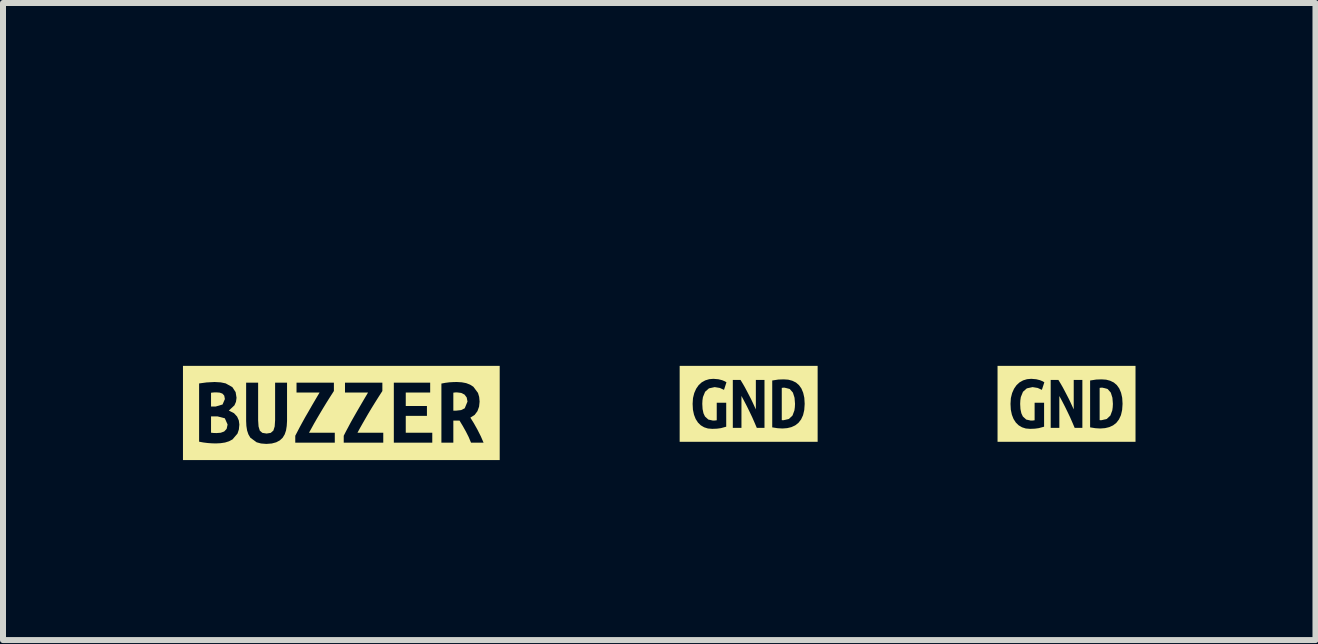
<source format=kicad_pcb>
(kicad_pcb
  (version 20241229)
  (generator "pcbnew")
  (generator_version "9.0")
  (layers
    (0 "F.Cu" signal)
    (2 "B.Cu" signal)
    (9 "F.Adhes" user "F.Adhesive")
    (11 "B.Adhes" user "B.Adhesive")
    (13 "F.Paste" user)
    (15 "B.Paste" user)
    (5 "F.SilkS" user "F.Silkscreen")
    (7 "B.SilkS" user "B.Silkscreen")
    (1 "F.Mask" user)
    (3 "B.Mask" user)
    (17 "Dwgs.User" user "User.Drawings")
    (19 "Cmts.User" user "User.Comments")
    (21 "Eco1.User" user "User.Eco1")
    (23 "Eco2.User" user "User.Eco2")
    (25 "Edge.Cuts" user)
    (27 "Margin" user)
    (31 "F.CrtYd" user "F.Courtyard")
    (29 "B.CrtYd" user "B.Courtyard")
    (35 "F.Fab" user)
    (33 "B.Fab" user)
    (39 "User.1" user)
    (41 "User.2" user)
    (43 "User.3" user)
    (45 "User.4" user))
  (footprint "kibuzzard-681CE6A6"
    (layer "F.Cu")
    (at 9.43 3.682)
    (property "Reference" "kibuzzard-681CE6A6" (at 0 -3.681 0) (layer "F.SilkS") (effects (font (size 0.001 0.001) (thickness 0.15))))
    (attr board_only exclude_from_pos_files exclude_from_bom)
    (fp_poly (pts (xy 0.552 0.271) (xy 0.566 0.273) (xy 0.58 0.273) (xy 0.671 0.252) (xy 0.731 0.195) (xy 0.763 0.109) (xy 0.77 0.057) (xy 0.773 0) (xy 0.765 -0.101) (xy 0.738 -0.187) (xy 0.685 -0.247) (xy 0.598 -0.27) (xy 0.575 -0.269) (xy 0.552 -0.266) (xy 0.552 0.271)) (stroke (width 0) (type solid)) (fill yes) (layer "F.SilkS"))
    (fp_poly (pts (xy -0.934 -0.633) (xy -1.15 -0.633) (xy -1.15 0.633) (xy -0.934 0.633) (xy -0.607 0.633) (xy -0.607 0.417) (xy -0.679 0.411) (xy -0.742 0.391) (xy -0.798 0.358) (xy -0.845 0.312) (xy -0.883 0.253) (xy -0.911 0.182) (xy -0.929 0.097) (xy -0.934 0) (xy -0.928 -0.096) (xy -0.907 -0.18) (xy -0.875 -0.252) (xy -0.834 -0.311) (xy -0.783 -0.358) (xy -0.724 -0.391) (xy -0.658 -0.411) (xy -0.588 -0.417) (xy -0.505 -0.41) (xy -0.441 -0.394) (xy -0.396 -0.375) (xy -0.37 -0.359) (xy -0.411 -0.233) (xy -0.481 -0.265) (xy -0.566 -0.279) (xy -0.662 -0.258) (xy -0.726 -0.201) (xy -0.762 -0.113) (xy -0.77 -0.059) (xy -0.773 0) (xy -0.768 0.087) (xy -0.753 0.158) (xy -0.728 0.211) (xy -0.672 0.262) (xy -0.595 0.279) (xy -0.563 0.278) (xy -0.532 0.274) (xy -0.532 -0.018) (xy -0.374 -0.018) (xy -0.374 0.381) (xy -0.462 0.405) (xy -0.528 0.414) (xy -0.607 0.417) (xy -0.607 0.633) (xy 0.136 0.633) (xy 0.136 0.401) (xy 0.098 0.312) (xy 0.059 0.223) (xy 0.017 0.135) (xy -0.026 0.047) (xy -0.072 -0.042) (xy -0.12 -0.131) (xy -0.12 0.401) (xy -0.264 0.401) (xy -0.264 -0.399) (xy -0.136 -0.399) (xy -0.1 -0.34) (xy -0.063 -0.276) (xy -0.028 -0.21) (xy 0.007 -0.143) (xy 0.04 -0.079) (xy 0.07 -0.016) (xy 0.097 0.043) (xy 0.12 0.093) (xy 0.12 -0.399) (xy 0.264 -0.399) (xy 0.264 0.401) (xy 0.136 0.401) (xy 0.136 0.633) (xy 0.563 0.633) (xy 0.563 0.411) (xy 0.48 0.406) (xy 0.393 0.392) (xy 0.393 -0.389) (xy 0.495 -0.405) (xy 0.584 -0.408) (xy 0.66 -0.403) (xy 0.728 -0.385) (xy 0.789 -0.355) (xy 0.839 -0.312) (xy 0.879 -0.256) (xy 0.909 -0.185) (xy 0.928 -0.101) (xy 0.934 0) (xy 0.927 0.103) (xy 0.907 0.189) (xy 0.874 0.26) (xy 0.83 0.317) (xy 0.776 0.359) (xy 0.713 0.388) (xy 0.642 0.405) (xy 0.563 0.411) (xy 0.563 0.633) (xy 0.934 0.633) (xy 1.15 0.633) (xy 1.15 -0.633) (xy 0.934 -0.633) (xy -0.934 -0.633)) (stroke (width 0) (type solid)) (fill yes) (layer "F.SilkS")))
  (footprint "kibuzzard-681BBDCE"
    (layer "F.Cu")
    (at 2.64 3.834)
    (property "Reference" "kibuzzard-681BBDCE" (at 0 -3.833 0) (layer "F.SilkS") (effects (font (size 0.001 0.001) (thickness 0.15))))
    (attr board_only exclude_from_pos_files exclude_from_bom)
    (fp_poly (pts (xy -2.172 0.057) (xy -2.172 0.329) (xy -2.126 0.334) (xy -2.077 0.335) (xy -2.011 0.33) (xy -1.953 0.309) (xy -1.912 0.265) (xy -1.896 0.193) (xy -1.942 0.089) (xy -2.065 0.057) (xy -2.172 0.057)) (stroke (width 0) (type solid)) (fill yes) (layer "F.SilkS"))
    (fp_poly (pts (xy -2.095 -0.107) (xy -1.98 -0.141) (xy -1.941 -0.232) (xy -1.952 -0.289) (xy -1.983 -0.323) (xy -2.028 -0.339) (xy -2.082 -0.343) (xy -2.128 -0.342) (xy -2.172 -0.337) (xy -2.172 -0.107) (xy -2.095 -0.107)) (stroke (width 0) (type solid)) (fill yes) (layer "F.SilkS"))
    (fp_poly (pts (xy 2.103 -0.19) (xy 2.09 -0.258) (xy 2.054 -0.306) (xy 1.998 -0.334) (xy 1.926 -0.343) (xy 1.899 -0.342) (xy 1.867 -0.338) (xy 1.867 -0.038) (xy 1.91 -0.038) (xy 1.998 -0.048) (xy 2.057 -0.078) (xy 2.103 -0.19)) (stroke (width 0) (type solid)) (fill yes) (layer "F.SilkS"))
    (fp_poly (pts (xy -2.371 -0.785) (xy -2.64 -0.785) (xy -2.64 0.785) (xy -2.371 0.785) (xy -2.093 0.785) (xy -2.093 0.508) (xy -2.16 0.506) (xy -2.23 0.501) (xy -2.301 0.492) (xy -2.371 0.479) (xy -2.371 -0.492) (xy -2.246 -0.509) (xy -2.112 -0.516) (xy -2.01 -0.51) (xy -1.928 -0.493) (xy -1.817 -0.431) (xy -1.762 -0.347) (xy -1.747 -0.253) (xy -1.756 -0.186) (xy -1.782 -0.127) (xy -1.875 -0.04) (xy -1.789 0.004) (xy -1.737 0.061) (xy -1.709 0.125) (xy -1.7 0.193) (xy -1.708 0.276) (xy -1.731 0.344) (xy -1.814 0.441) (xy -1.872 0.472) (xy -1.939 0.493) (xy -2.013 0.504) (xy -2.093 0.508) (xy -2.093 0.785) (xy -1.25 0.785) (xy -1.25 0.516) (xy -1.339 0.509) (xy -1.412 0.489) (xy -1.516 0.413) (xy -1.549 0.357) (xy -1.571 0.292) (xy -1.583 0.216) (xy -1.587 0.133) (xy -1.587 -0.505) (xy -1.387 -0.505) (xy -1.387 0.12) (xy -1.38 0.226) (xy -1.359 0.295) (xy -1.316 0.332) (xy -1.246 0.343) (xy -1.177 0.332) (xy -1.133 0.294) (xy -1.111 0.225) (xy -1.104 0.119) (xy -1.104 -0.505) (xy -0.905 -0.505) (xy -0.905 0.133) (xy -0.91 0.216) (xy -0.922 0.292) (xy -0.944 0.357) (xy -0.978 0.413) (xy -1.025 0.457) (xy -1.085 0.489) (xy -1.159 0.509) (xy -1.25 0.516) (xy -1.25 0.785) (xy -0.109 0.785) (xy -0.109 0.495) (xy -0.768 0.495) (xy -0.768 0.38) (xy -0.731 0.309) (xy -0.692 0.234) (xy -0.649 0.155) (xy -0.602 0.07) (xy -0.549 -0.021) (xy -0.493 -0.119) (xy -0.431 -0.225) (xy -0.363 -0.34) (xy -0.747 -0.34) (xy -0.747 -0.505) (xy -0.124 -0.505) (xy -0.124 -0.366) (xy -0.19 -0.263) (xy -0.251 -0.166) (xy -0.307 -0.074) (xy -0.359 0.013) (xy -0.408 0.096) (xy -0.454 0.176) (xy -0.497 0.254) (xy -0.539 0.33) (xy -0.109 0.33) (xy -0.109 0.495) (xy -0.109 0.785) (xy 0.699 0.785) (xy 0.699 0.495) (xy 0.04 0.495) (xy 0.04 0.38) (xy 0.076 0.309) (xy 0.116 0.234) (xy 0.158 0.155) (xy 0.206 0.07) (xy 0.258 -0.021) (xy 0.315 -0.119) (xy 0.377 -0.225) (xy 0.445 -0.34) (xy 0.061 -0.34) (xy 0.061 -0.505) (xy 0.684 -0.505) (xy 0.684 -0.366) (xy 0.618 -0.263) (xy 0.557 -0.166) (xy 0.5 -0.074) (xy 0.448 0.013) (xy 0.4 0.096) (xy 0.354 0.176) (xy 0.31 0.254) (xy 0.269 0.33) (xy 0.699 0.33) (xy 0.699 0.495) (xy 0.699 0.785) (xy 0.875 0.785) (xy 0.875 0.495) (xy 0.875 -0.505) (xy 1.481 -0.505) (xy 1.481 -0.34) (xy 1.074 -0.34) (xy 1.074 -0.116) (xy 1.427 -0.116) (xy 1.427 0.049) (xy 1.074 0.049) (xy 1.074 0.33) (xy 1.516 0.33) (xy 1.516 0.495) (xy 0.875 0.495) (xy 0.875 0.785) (xy 2.371 0.785) (xy 2.371 0.495) (xy 2.162 0.495) (xy 2.122 0.4) (xy 2.076 0.309) (xy 2.025 0.218) (xy 1.97 0.127) (xy 1.867 0.127) (xy 1.867 0.495) (xy 1.668 0.495) (xy 1.668 -0.49) (xy 1.732 -0.502) (xy 1.802 -0.511) (xy 1.87 -0.515) (xy 1.926 -0.516) (xy 2.008 -0.511) (xy 2.082 -0.497) (xy 2.146 -0.472) (xy 2.201 -0.437) (xy 2.278 -0.334) (xy 2.298 -0.267) (xy 2.305 -0.188) (xy 2.296 -0.105) (xy 2.269 -0.03) (xy 2.222 0.033) (xy 2.151 0.078) (xy 2.209 0.171) (xy 2.269 0.278) (xy 2.325 0.389) (xy 2.371 0.495) (xy 2.371 0.785) (xy 2.64 0.785) (xy 2.64 -0.785) (xy 2.371 -0.785) (xy -2.371 -0.785)) (stroke (width 0) (type solid)) (fill yes) (layer "F.SilkS")))
  (footprint "kibuzzard-681CE6D9"
    (layer "F.Cu")
    (at 14.729 3.682)
    (property "Reference" "kibuzzard-681CE6D9" (at 0 -3.681 0) (layer "F.SilkS") (effects (font (size 0.001 0.001) (thickness 0.15))))
    (attr board_only exclude_from_pos_files exclude_from_bom)
    (fp_poly (pts (xy 0.552 0.271) (xy 0.566 0.273) (xy 0.58 0.273) (xy 0.671 0.252) (xy 0.731 0.195) (xy 0.763 0.109) (xy 0.77 0.057) (xy 0.773 0) (xy 0.765 -0.101) (xy 0.738 -0.187) (xy 0.685 -0.247) (xy 0.598 -0.27) (xy 0.575 -0.269) (xy 0.552 -0.266) (xy 0.552 0.271)) (stroke (width 0) (type solid)) (fill yes) (layer "F.SilkS"))
    (fp_poly (pts (xy -0.934 -0.633) (xy -1.15 -0.633) (xy -1.15 0.633) (xy -0.934 0.633) (xy -0.607 0.633) (xy -0.607 0.417) (xy -0.679 0.411) (xy -0.742 0.391) (xy -0.798 0.358) (xy -0.845 0.312) (xy -0.883 0.253) (xy -0.911 0.182) (xy -0.929 0.097) (xy -0.934 0) (xy -0.928 -0.096) (xy -0.907 -0.18) (xy -0.875 -0.252) (xy -0.834 -0.311) (xy -0.783 -0.358) (xy -0.724 -0.391) (xy -0.658 -0.411) (xy -0.588 -0.417) (xy -0.505 -0.41) (xy -0.441 -0.394) (xy -0.396 -0.375) (xy -0.37 -0.359) (xy -0.411 -0.233) (xy -0.481 -0.265) (xy -0.566 -0.279) (xy -0.662 -0.258) (xy -0.726 -0.201) (xy -0.762 -0.113) (xy -0.77 -0.059) (xy -0.773 0) (xy -0.768 0.087) (xy -0.753 0.158) (xy -0.728 0.211) (xy -0.672 0.262) (xy -0.595 0.279) (xy -0.563 0.278) (xy -0.532 0.274) (xy -0.532 -0.018) (xy -0.374 -0.018) (xy -0.374 0.381) (xy -0.462 0.405) (xy -0.528 0.414) (xy -0.607 0.417) (xy -0.607 0.633) (xy 0.136 0.633) (xy 0.136 0.401) (xy 0.098 0.312) (xy 0.059 0.223) (xy 0.017 0.135) (xy -0.026 0.047) (xy -0.072 -0.042) (xy -0.12 -0.131) (xy -0.12 0.401) (xy -0.264 0.401) (xy -0.264 -0.399) (xy -0.136 -0.399) (xy -0.1 -0.34) (xy -0.063 -0.276) (xy -0.028 -0.21) (xy 0.007 -0.143) (xy 0.04 -0.079) (xy 0.07 -0.016) (xy 0.097 0.043) (xy 0.12 0.093) (xy 0.12 -0.399) (xy 0.264 -0.399) (xy 0.264 0.401) (xy 0.136 0.401) (xy 0.136 0.633) (xy 0.563 0.633) (xy 0.563 0.411) (xy 0.48 0.406) (xy 0.393 0.392) (xy 0.393 -0.389) (xy 0.495 -0.405) (xy 0.584 -0.408) (xy 0.66 -0.403) (xy 0.728 -0.385) (xy 0.789 -0.355) (xy 0.839 -0.312) (xy 0.879 -0.256) (xy 0.909 -0.185) (xy 0.928 -0.101) (xy 0.934 0) (xy 0.927 0.103) (xy 0.907 0.189) (xy 0.874 0.26) (xy 0.83 0.317) (xy 0.776 0.359) (xy 0.713 0.388) (xy 0.642 0.405) (xy 0.563 0.411) (xy 0.563 0.633) (xy 0.934 0.633) (xy 1.15 0.633) (xy 1.15 -0.633) (xy 0.934 -0.633) (xy -0.934 -0.633)) (stroke (width 0) (type solid)) (fill yes) (layer "F.SilkS")))
  (gr_rect
    (start -3 -3)
    (end 18.879 7.62)
    (stroke (width 0.1) (type default))
    (fill no)
    (layer "Edge.Cuts")))
</source>
